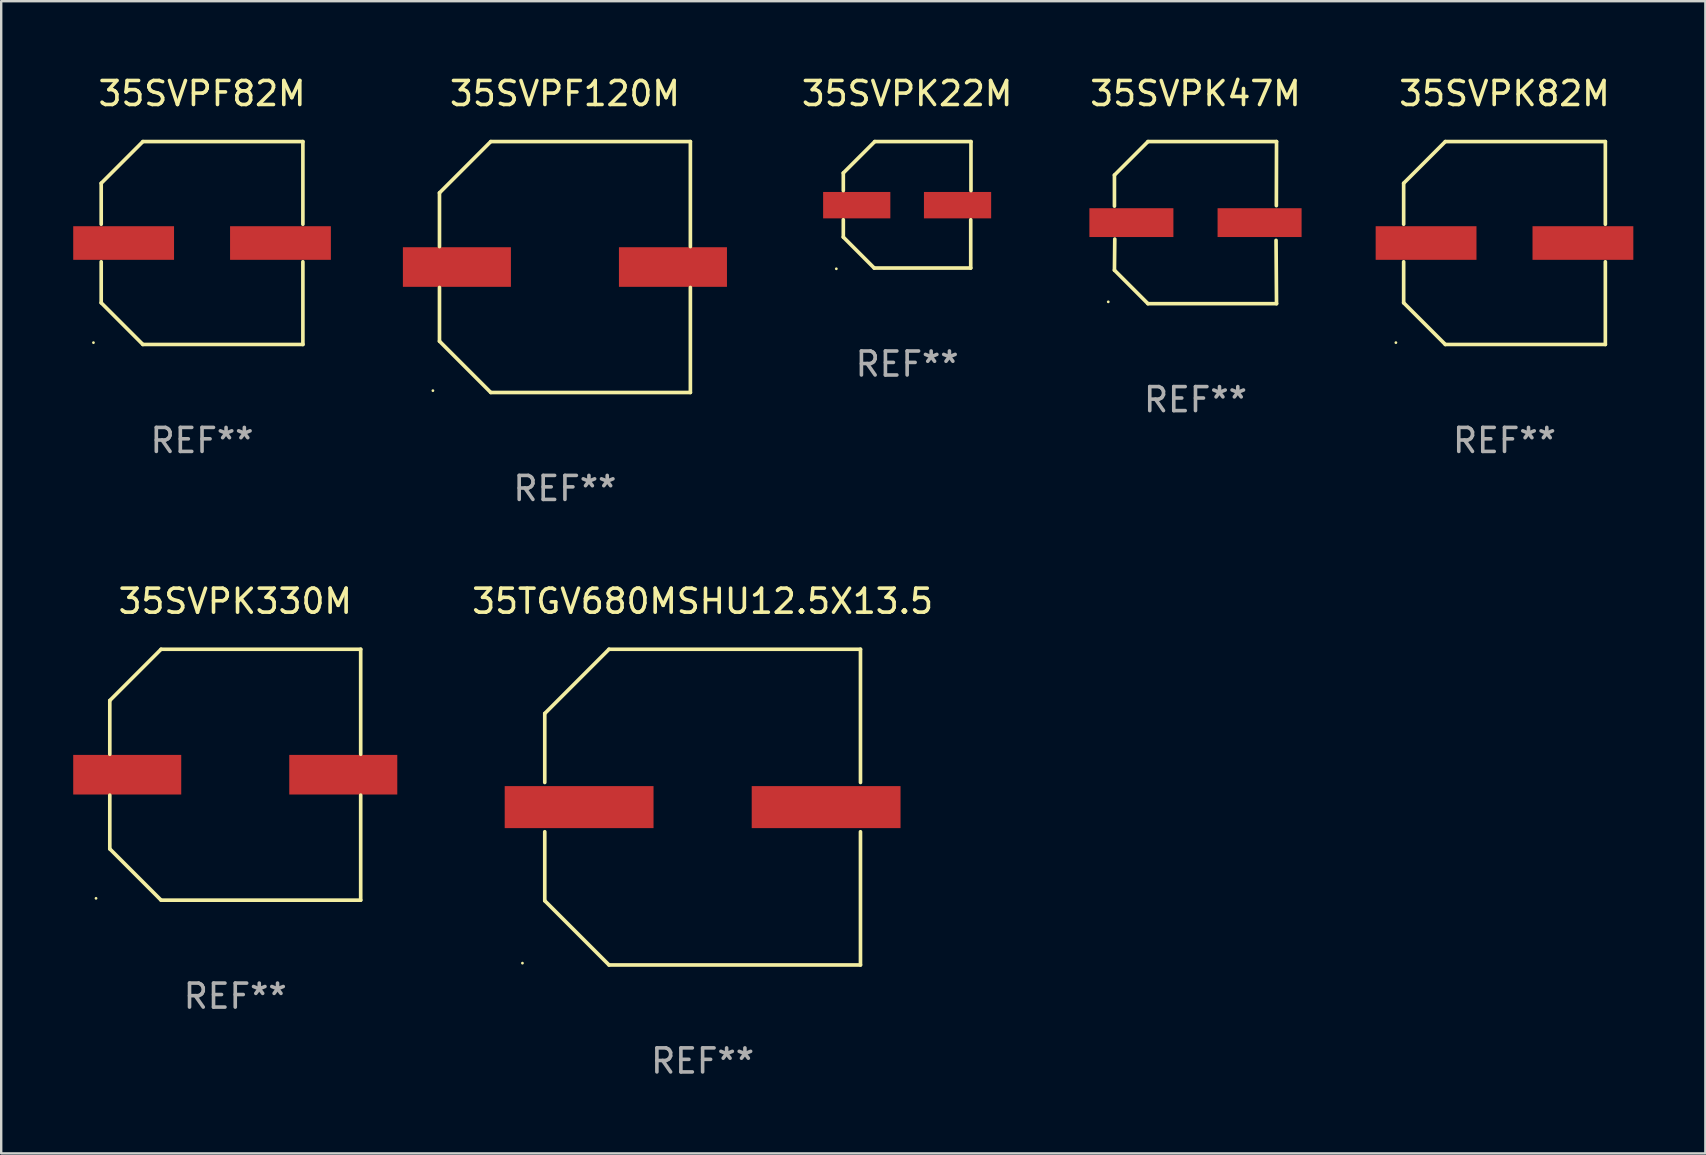
<source format=kicad_pcb>
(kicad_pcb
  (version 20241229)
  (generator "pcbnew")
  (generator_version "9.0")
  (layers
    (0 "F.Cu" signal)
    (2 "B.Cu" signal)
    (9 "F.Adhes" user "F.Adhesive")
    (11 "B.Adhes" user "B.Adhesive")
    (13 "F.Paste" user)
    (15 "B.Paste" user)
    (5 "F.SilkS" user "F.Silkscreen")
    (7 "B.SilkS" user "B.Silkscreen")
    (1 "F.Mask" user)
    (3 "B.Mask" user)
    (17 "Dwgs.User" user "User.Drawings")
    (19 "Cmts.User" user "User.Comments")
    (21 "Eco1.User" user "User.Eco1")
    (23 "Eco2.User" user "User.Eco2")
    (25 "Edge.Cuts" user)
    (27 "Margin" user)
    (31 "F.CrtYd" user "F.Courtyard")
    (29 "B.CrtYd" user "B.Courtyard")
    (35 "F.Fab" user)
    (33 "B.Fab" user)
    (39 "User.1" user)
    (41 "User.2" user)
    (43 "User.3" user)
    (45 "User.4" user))
  (footprint "35TGV680MSHU12.5X13.5"
    (layer "F.Cu")
    (at 26.22 30.573)
    (property "Reference" "35TGV680MSHU12.5X13.5" (at 0 -8.576 0) (layer "F.SilkS") (effects (font (size 1 1) (thickness 0.15))))
    (attr through_hole)
    (fp_line (start -6.576 -3.9) (end -6.576 -1.027) (stroke (width 0.152) (type solid)) (layer "F.SilkS"))
    (fp_line (start -6.576 3.9) (end -6.576 1.027) (stroke (width 0.152) (type solid)) (layer "F.SilkS"))
    (fp_line (start -3.9 -6.576) (end -6.576 -3.9) (stroke (width 0.152) (type solid)) (layer "F.SilkS"))
    (fp_line (start -3.9 6.576) (end -6.576 3.9) (stroke (width 0.152) (type solid)) (layer "F.SilkS"))
    (fp_line (start 6.576 -6.576) (end -3.9 -6.576) (stroke (width 0.152) (type solid)) (layer "F.SilkS"))
    (fp_line (start 6.576 -1.027) (end 6.576 -6.576) (stroke (width 0.152) (type solid)) (layer "F.SilkS"))
    (fp_line (start 6.576 1.027) (end 6.576 6.576) (stroke (width 0.152) (type solid)) (layer "F.SilkS"))
    (fp_line (start 6.576 6.576) (end -3.9 6.576) (stroke (width 0.152) (type solid)) (layer "F.SilkS"))
    (fp_circle (center -7.506 6.5) (end -7.476 6.5) (stroke (width 0.06) (type solid)) (fill no) (layer "F.SilkS"))
    (fp_text user "REF**" (at 0 10.576 0) (layer "F.Fab") (effects (font (size 1 1) (thickness 0.15))))
    (pad "1" smd rect (at -5.145 0) (size 6.2 1.75) (layers "F.Cu" "F.Mask" "F.Paste"))
    (pad "2" smd rect (at 5.145 0) (size 6.2 1.75) (layers "F.Cu" "F.Mask" "F.Paste")))
  (footprint "35SVPF82M"
    (layer "F.Cu")
    (at 5.367 7.074)
    (property "Reference" "35SVPF82M" (at 0 -6.226 0) (layer "F.SilkS") (effects (font (size 1 1) (thickness 0.15))))
    (attr through_hole)
    (fp_line (start -4.201 -2.49) (end -4.201 -0.782) (stroke (width 0.152) (type solid)) (layer "F.SilkS"))
    (fp_line (start -4.201 2.49) (end -4.201 0.782) (stroke (width 0.152) (type solid)) (layer "F.SilkS"))
    (fp_line (start -2.465 -4.226) (end -4.201 -2.49) (stroke (width 0.152) (type solid)) (layer "F.SilkS"))
    (fp_line (start -2.465 4.226) (end -4.201 2.49) (stroke (width 0.152) (type solid)) (layer "F.SilkS"))
    (fp_line (start 4.201 -4.226) (end -2.465 -4.226) (stroke (width 0.152) (type solid)) (layer "F.SilkS"))
    (fp_line (start 4.201 -0.782) (end 4.201 -4.226) (stroke (width 0.152) (type solid)) (layer "F.SilkS"))
    (fp_line (start 4.201 0.782) (end 4.201 4.226) (stroke (width 0.152) (type solid)) (layer "F.SilkS"))
    (fp_line (start 4.201 4.226) (end -2.465 4.226) (stroke (width 0.152) (type solid)) (layer "F.SilkS"))
    (fp_circle (center -4.524 4.15) (end -4.494 4.15) (stroke (width 0.06) (type solid)) (fill no) (layer "F.SilkS"))
    (fp_text user "REF**" (at 0 8.226 0) (layer "F.Fab") (effects (font (size 1 1) (thickness 0.15))))
    (pad "1" smd rect (at -3.267 0) (size 4.2 1.4) (layers "F.Cu" "F.Mask" "F.Paste"))
    (pad "2" smd rect (at 3.267 0) (size 4.2 1.4) (layers "F.Cu" "F.Mask" "F.Paste")))
  (footprint "35SVPF120M"
    (layer "F.Cu")
    (at 20.484 8.074)
    (property "Reference" "35SVPF120M" (at 0 -7.226 0) (layer "F.SilkS") (effects (font (size 1 1) (thickness 0.15))))
    (attr through_hole)
    (fp_line (start -5.226 -3.09) (end -5.226 -0.852) (stroke (width 0.152) (type solid)) (layer "F.SilkS"))
    (fp_line (start -5.226 3.09) (end -5.226 0.852) (stroke (width 0.152) (type solid)) (layer "F.SilkS"))
    (fp_line (start -3.09 -5.226) (end -5.226 -3.09) (stroke (width 0.152) (type solid)) (layer "F.SilkS"))
    (fp_line (start -3.09 5.226) (end -5.226 3.09) (stroke (width 0.152) (type solid)) (layer "F.SilkS"))
    (fp_line (start 5.226 -5.226) (end -3.09 -5.226) (stroke (width 0.152) (type solid)) (layer "F.SilkS"))
    (fp_line (start 5.226 -0.852) (end 5.226 -5.226) (stroke (width 0.152) (type solid)) (layer "F.SilkS"))
    (fp_line (start 5.226 0.852) (end 5.226 5.226) (stroke (width 0.152) (type solid)) (layer "F.SilkS"))
    (fp_line (start 5.226 5.226) (end -3.09 5.226) (stroke (width 0.152) (type solid)) (layer "F.SilkS"))
    (fp_circle (center -5.5 5.15) (end -5.47 5.15) (stroke (width 0.06) (type solid)) (fill no) (layer "F.SilkS"))
    (fp_text user "REF**" (at 0 9.226 0) (layer "F.Fab") (effects (font (size 1 1) (thickness 0.15))))
    (pad "1" smd rect (at -4.5 -0.000025) (size 4.5 1.65) (layers "F.Cu" "F.Mask" "F.Paste"))
    (pad "2" smd rect (at 4.5 -0.000025) (size 4.5 1.65) (layers "F.Cu" "F.Mask" "F.Paste")))
  (footprint "35SVPK330M"
    (layer "F.Cu")
    (at 6.75 29.223)
    (property "Reference" "35SVPK330M" (at 0 -7.226 0) (layer "F.SilkS") (effects (font (size 1 1) (thickness 0.15))))
    (attr through_hole)
    (fp_line (start -5.226 -3.09) (end -5.226 -0.852) (stroke (width 0.152) (type solid)) (layer "F.SilkS"))
    (fp_line (start -5.226 3.09) (end -5.226 0.852) (stroke (width 0.152) (type solid)) (layer "F.SilkS"))
    (fp_line (start -3.09 -5.226) (end -5.226 -3.09) (stroke (width 0.152) (type solid)) (layer "F.SilkS"))
    (fp_line (start -3.09 5.226) (end -5.226 3.09) (stroke (width 0.152) (type solid)) (layer "F.SilkS"))
    (fp_line (start 5.226 -5.226) (end -3.09 -5.226) (stroke (width 0.152) (type solid)) (layer "F.SilkS"))
    (fp_line (start 5.226 -0.852) (end 5.226 -5.226) (stroke (width 0.152) (type solid)) (layer "F.SilkS"))
    (fp_line (start 5.226 0.852) (end 5.226 5.226) (stroke (width 0.152) (type solid)) (layer "F.SilkS"))
    (fp_line (start 5.226 5.226) (end -3.09 5.226) (stroke (width 0.152) (type solid)) (layer "F.SilkS"))
    (fp_circle (center -5.8 5.15) (end -5.77 5.15) (stroke (width 0.06) (type solid)) (fill no) (layer "F.SilkS"))
    (fp_text user "REF**" (at 0 9.226 0) (layer "F.Fab") (effects (font (size 1 1) (thickness 0.15))))
    (pad "1" smd rect (at -4.5 0) (size 4.5 1.65) (layers "F.Cu" "F.Mask" "F.Paste"))
    (pad "2" smd rect (at 4.5 0) (size 4.5 1.65) (layers "F.Cu" "F.Mask" "F.Paste")))
  (footprint "35SVPK22M"
    (layer "F.Cu")
    (at 34.74 5.482)
    (property "Reference" "35SVPK22M" (at 0 -4.634 0) (layer "F.SilkS") (effects (font (size 1 1) (thickness 0.15))))
    (attr through_hole)
    (fp_line (start -2.659 -1.326) (end -2.659 -0.592) (stroke (width 0.152) (type solid)) (layer "F.SilkS"))
    (fp_line (start -2.659 1.346) (end -2.659 0.622) (stroke (width 0.152) (type solid)) (layer "F.SilkS"))
    (fp_line (start -1.372 2.634) (end -2.659 1.346) (stroke (width 0.152) (type solid)) (layer "F.SilkS"))
    (fp_line (start -1.349 -2.634) (end -2.659 -1.326) (stroke (width 0.152) (type solid)) (layer "F.SilkS"))
    (fp_line (start 2.649 0.622) (end 2.649 2.634) (stroke (width 0.152) (type solid)) (layer "F.SilkS"))
    (fp_line (start 2.649 2.634) (end -1.372 2.634) (stroke (width 0.152) (type solid)) (layer "F.SilkS"))
    (fp_line (start 2.659 -2.634) (end -1.349 -2.634) (stroke (width 0.152) (type solid)) (layer "F.SilkS"))
    (fp_line (start 2.659 -0.592) (end 2.659 -2.634) (stroke (width 0.152) (type solid)) (layer "F.SilkS"))
    (fp_circle (center -2.95 2.665) (end -2.92 2.665) (stroke (width 0.06) (type solid)) (fill no) (layer "F.SilkS"))
    (fp_text user "REF**" (at 0 6.634 0) (layer "F.Fab") (effects (font (size 1 1) (thickness 0.15))))
    (pad "1" smd rect (at -2.1 0.015) (size 2.8 1.1) (layers "F.Cu" "F.Mask" "F.Paste"))
    (pad "2" smd rect (at 2.1 0.015) (size 2.8 1.1) (layers "F.Cu" "F.Mask" "F.Paste")))
  (footprint "35SVPK82M"
    (layer "F.Cu")
    (at 59.625 7.074)
    (property "Reference" "35SVPK82M" (at 0 -6.226 0) (layer "F.SilkS") (effects (font (size 1 1) (thickness 0.15))))
    (attr through_hole)
    (fp_line (start -4.201 -2.49) (end -4.201 -0.782) (stroke (width 0.152) (type solid)) (layer "F.SilkS"))
    (fp_line (start -4.201 2.49) (end -4.201 0.782) (stroke (width 0.152) (type solid)) (layer "F.SilkS"))
    (fp_line (start -2.465 -4.226) (end -4.201 -2.49) (stroke (width 0.152) (type solid)) (layer "F.SilkS"))
    (fp_line (start -2.465 4.226) (end -4.201 2.49) (stroke (width 0.152) (type solid)) (layer "F.SilkS"))
    (fp_line (start 4.201 -4.226) (end -2.465 -4.226) (stroke (width 0.152) (type solid)) (layer "F.SilkS"))
    (fp_line (start 4.201 -0.782) (end 4.201 -4.226) (stroke (width 0.152) (type solid)) (layer "F.SilkS"))
    (fp_line (start 4.201 0.782) (end 4.201 4.226) (stroke (width 0.152) (type solid)) (layer "F.SilkS"))
    (fp_line (start 4.201 4.226) (end -2.465 4.226) (stroke (width 0.152) (type solid)) (layer "F.SilkS"))
    (fp_circle (center -4.524 4.15) (end -4.494 4.15) (stroke (width 0.06) (type solid)) (fill no) (layer "F.SilkS"))
    (fp_text user "REF**" (at 0 8.226 0) (layer "F.Fab") (effects (font (size 1 1) (thickness 0.15))))
    (pad "1" smd rect (at -3.267 0) (size 4.2 1.4) (layers "F.Cu" "F.Mask" "F.Paste"))
    (pad "2" smd rect (at 3.267 0) (size 4.2 1.4) (layers "F.Cu" "F.Mask" "F.Paste")))
  (footprint "35SVPK47M"
    (layer "F.Cu")
    (at 46.752 6.224)
    (property "Reference" "35SVPK47M" (at 0 -5.376 0) (layer "F.SilkS") (effects (font (size 1 1) (thickness 0.15))))
    (attr through_hole)
    (fp_line (start -3.376 -1.98) (end -3.376 -0.686) (stroke (width 0.152) (type solid)) (layer "F.SilkS"))
    (fp_line (start -3.376 1.981) (end -3.362 0.686) (stroke (width 0.152) (type solid)) (layer "F.SilkS"))
    (fp_line (start -1.981 3.376) (end -3.376 1.981) (stroke (width 0.152) (type solid)) (layer "F.SilkS"))
    (fp_line (start -1.98 -3.376) (end -3.376 -1.98) (stroke (width 0.152) (type solid)) (layer "F.SilkS"))
    (fp_line (start 3.356 0.74) (end 3.376 3.376) (stroke (width 0.152) (type solid)) (layer "F.SilkS"))
    (fp_line (start 3.369 -0.707) (end 3.376 -3.376) (stroke (width 0.152) (type solid)) (layer "F.SilkS"))
    (fp_line (start 3.376 3.376) (end -1.981 3.376) (stroke (width 0.152) (type solid)) (layer "F.SilkS"))
    (fp_line (start 3.376 -3.376) (end -1.98 -3.376) (stroke (width 0.152) (type solid)) (layer "F.SilkS"))
    (fp_circle (center -3.634 3.3) (end -3.604 3.3) (stroke (width 0.06) (type solid)) (fill no) (layer "F.SilkS"))
    (fp_text user "REF**" (at 0 7.376 0) (layer "F.Fab") (effects (font (size 1 1) (thickness 0.15))))
    (pad "1" smd rect (at -2.67 0.000254) (size 3.5 1.2) (layers "F.Cu" "F.Mask" "F.Paste"))
    (pad "2" smd rect (at 2.67 0.000254) (size 3.5 1.2) (layers "F.Cu" "F.Mask" "F.Paste")))
  (gr_rect
    (start -3 -3)
    (end 67.993 44.998)
    (stroke (width 0.1) (type default))
    (fill no)
    (layer "Edge.Cuts")))
</source>
